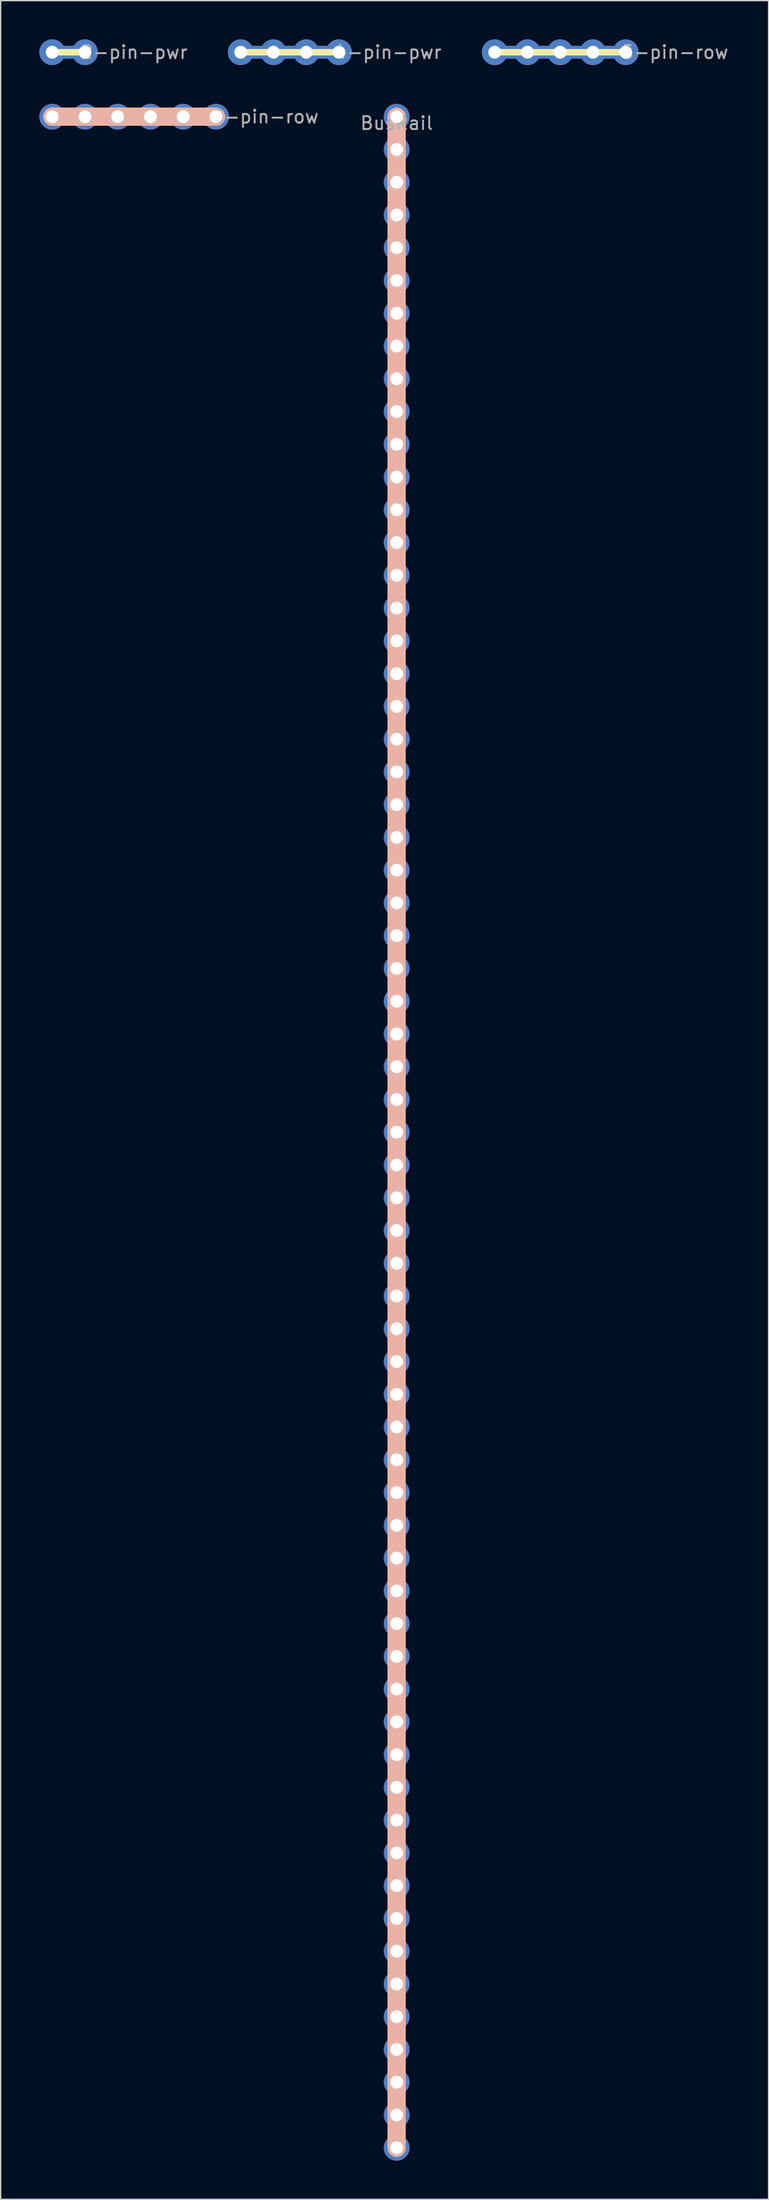
<source format=kicad_pcb>
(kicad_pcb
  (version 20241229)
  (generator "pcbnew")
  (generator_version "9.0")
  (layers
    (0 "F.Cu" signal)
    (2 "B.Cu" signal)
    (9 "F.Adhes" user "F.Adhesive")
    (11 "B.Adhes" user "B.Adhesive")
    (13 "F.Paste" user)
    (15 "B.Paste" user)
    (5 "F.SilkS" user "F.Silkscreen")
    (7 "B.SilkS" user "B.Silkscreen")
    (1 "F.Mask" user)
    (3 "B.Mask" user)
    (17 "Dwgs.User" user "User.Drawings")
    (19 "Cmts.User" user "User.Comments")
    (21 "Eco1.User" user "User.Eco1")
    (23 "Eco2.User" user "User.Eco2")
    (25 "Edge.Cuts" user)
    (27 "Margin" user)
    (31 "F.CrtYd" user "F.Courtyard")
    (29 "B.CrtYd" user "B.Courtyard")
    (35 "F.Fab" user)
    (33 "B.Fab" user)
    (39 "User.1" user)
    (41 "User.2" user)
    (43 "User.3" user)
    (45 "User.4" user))
  (footprint "BusRail"
    (layer "F.Cu")
    (at 27.712 6)
    (property "Reference" "BusRail" (at 0 0.5 0) (layer "F.Fab") (effects (font (size 1 1) (thickness 0.15))))
    (attr through_hole)
    (fp_line (start 0 0) (end 0 157.48) (stroke (width 1.4) (type solid)) (layer "F.SilkS"))
    (fp_line (start 0 0) (end 0 157.48) (stroke (width 1.4) (type solid)) (layer "B.SilkS"))
    (pad "1" thru_hole circle (at 0 0) (size 2 2) (drill 1) (layers "*.Cu" "*.Mask"))
    (pad "1" thru_hole circle (at 0 2.54) (size 2 2) (drill 1) (layers "*.Cu" "*.Mask"))
    (pad "1" thru_hole circle (at 0 5.08) (size 2 2) (drill 1) (layers "*.Cu" "*.Mask"))
    (pad "1" thru_hole circle (at 0 7.62) (size 2 2) (drill 1) (layers "*.Cu" "*.Mask"))
    (pad "1" thru_hole circle (at 0 10.16) (size 2 2) (drill 1) (layers "*.Cu" "*.Mask"))
    (pad "1" thru_hole circle (at 0 12.7) (size 2 2) (drill 1) (layers "*.Cu" "*.Mask"))
    (pad "1" thru_hole circle (at 0 15.24) (size 2 2) (drill 1) (layers "*.Cu" "*.Mask"))
    (pad "1" thru_hole circle (at 0 17.78) (size 2 2) (drill 1) (layers "*.Cu" "*.Mask"))
    (pad "1" thru_hole circle (at 0 20.32) (size 2 2) (drill 1) (layers "*.Cu" "*.Mask"))
    (pad "1" thru_hole circle (at 0 22.86) (size 2 2) (drill 1) (layers "*.Cu" "*.Mask"))
    (pad "1" thru_hole circle (at 0 25.4) (size 2 2) (drill 1) (layers "*.Cu" "*.Mask"))
    (pad "1" thru_hole circle (at 0 27.94) (size 2 2) (drill 1) (layers "*.Cu" "*.Mask"))
    (pad "1" thru_hole circle (at 0 30.48) (size 2 2) (drill 1) (layers "*.Cu" "*.Mask"))
    (pad "1" thru_hole circle (at 0 33.02) (size 2 2) (drill 1) (layers "*.Cu" "*.Mask"))
    (pad "1" thru_hole circle (at 0 35.56) (size 2 2) (drill 1) (layers "*.Cu" "*.Mask"))
    (pad "1" thru_hole circle (at 0 38.1) (size 2 2) (drill 1) (layers "*.Cu" "*.Mask"))
    (pad "1" thru_hole circle (at 0 40.64) (size 2 2) (drill 1) (layers "*.Cu" "*.Mask"))
    (pad "1" thru_hole circle (at 0 43.18) (size 2 2) (drill 1) (layers "*.Cu" "*.Mask"))
    (pad "1" thru_hole circle (at 0 45.72) (size 2 2) (drill 1) (layers "*.Cu" "*.Mask"))
    (pad "1" thru_hole circle (at 0 48.26) (size 2 2) (drill 1) (layers "*.Cu" "*.Mask"))
    (pad "1" thru_hole circle (at 0 50.8) (size 2 2) (drill 1) (layers "*.Cu" "*.Mask"))
    (pad "1" thru_hole circle (at 0 53.34) (size 2 2) (drill 1) (layers "*.Cu" "*.Mask"))
    (pad "1" thru_hole circle (at 0 55.88) (size 2 2) (drill 1) (layers "*.Cu" "*.Mask"))
    (pad "1" thru_hole circle (at 0 58.42) (size 2 2) (drill 1) (layers "*.Cu" "*.Mask"))
    (pad "1" thru_hole circle (at 0 60.96) (size 2 2) (drill 1) (layers "*.Cu" "*.Mask"))
    (pad "1" thru_hole circle (at 0 63.5) (size 2 2) (drill 1) (layers "*.Cu" "*.Mask"))
    (pad "1" thru_hole circle (at 0 66.04) (size 2 2) (drill 1) (layers "*.Cu" "*.Mask"))
    (pad "1" thru_hole circle (at 0 68.58) (size 2 2) (drill 1) (layers "*.Cu" "*.Mask"))
    (pad "1" thru_hole circle (at 0 71.12) (size 2 2) (drill 1) (layers "*.Cu" "*.Mask"))
    (pad "1" thru_hole circle (at 0 73.66) (size 2 2) (drill 1) (layers "*.Cu" "*.Mask"))
    (pad "1" thru_hole circle (at 0 76.2) (size 2 2) (drill 1) (layers "*.Cu" "*.Mask"))
    (pad "1" thru_hole circle (at 0 78.74) (size 2 2) (drill 1) (layers "*.Cu" "*.Mask"))
    (pad "1" thru_hole circle (at 0 81.28) (size 2 2) (drill 1) (layers "*.Cu" "*.Mask"))
    (pad "1" thru_hole circle (at 0 83.82) (size 2 2) (drill 1) (layers "*.Cu" "*.Mask"))
    (pad "1" thru_hole circle (at 0 86.36) (size 2 2) (drill 1) (layers "*.Cu" "*.Mask"))
    (pad "1" thru_hole circle (at 0 88.9) (size 2 2) (drill 1) (layers "*.Cu" "*.Mask"))
    (pad "1" thru_hole circle (at 0 91.44) (size 2 2) (drill 1) (layers "*.Cu" "*.Mask"))
    (pad "1" thru_hole circle (at 0 93.98) (size 2 2) (drill 1) (layers "*.Cu" "*.Mask"))
    (pad "1" thru_hole circle (at 0 96.52) (size 2 2) (drill 1) (layers "*.Cu" "*.Mask"))
    (pad "1" thru_hole circle (at 0 99.06) (size 2 2) (drill 1) (layers "*.Cu" "*.Mask"))
    (pad "1" thru_hole circle (at 0 101.6) (size 2 2) (drill 1) (layers "*.Cu" "*.Mask"))
    (pad "1" thru_hole circle (at 0 104.14) (size 2 2) (drill 1) (layers "*.Cu" "*.Mask"))
    (pad "1" thru_hole circle (at 0 106.68) (size 2 2) (drill 1) (layers "*.Cu" "*.Mask"))
    (pad "1" thru_hole circle (at 0 109.22) (size 2 2) (drill 1) (layers "*.Cu" "*.Mask"))
    (pad "1" thru_hole circle (at 0 111.76) (size 2 2) (drill 1) (layers "*.Cu" "*.Mask"))
    (pad "1" thru_hole circle (at 0 114.3) (size 2 2) (drill 1) (layers "*.Cu" "*.Mask"))
    (pad "1" thru_hole circle (at 0 116.84) (size 2 2) (drill 1) (layers "*.Cu" "*.Mask"))
    (pad "1" thru_hole circle (at 0 119.38) (size 2 2) (drill 1) (layers "*.Cu" "*.Mask"))
    (pad "1" thru_hole circle (at 0 121.92) (size 2 2) (drill 1) (layers "*.Cu" "*.Mask"))
    (pad "1" thru_hole circle (at 0 124.46) (size 2 2) (drill 1) (layers "*.Cu" "*.Mask"))
    (pad "1" thru_hole circle (at 0 127) (size 2 2) (drill 1) (layers "*.Cu" "*.Mask"))
    (pad "1" thru_hole circle (at 0 129.54) (size 2 2) (drill 1) (layers "*.Cu" "*.Mask"))
    (pad "1" thru_hole circle (at 0 132.08) (size 2 2) (drill 1) (layers "*.Cu" "*.Mask"))
    (pad "1" thru_hole circle (at 0 134.62) (size 2 2) (drill 1) (layers "*.Cu" "*.Mask"))
    (pad "1" thru_hole circle (at 0 137.16) (size 2 2) (drill 1) (layers "*.Cu" "*.Mask"))
    (pad "1" thru_hole circle (at 0 139.7) (size 2 2) (drill 1) (layers "*.Cu" "*.Mask"))
    (pad "1" thru_hole circle (at 0 142.24) (size 2 2) (drill 1) (layers "*.Cu" "*.Mask"))
    (pad "1" thru_hole circle (at 0 144.78) (size 2 2) (drill 1) (layers "*.Cu" "*.Mask"))
    (pad "1" thru_hole circle (at 0 147.32) (size 2 2) (drill 1) (layers "*.Cu" "*.Mask"))
    (pad "1" thru_hole circle (at 0 149.86) (size 2 2) (drill 1) (layers "*.Cu" "*.Mask"))
    (pad "1" thru_hole circle (at 0 152.4) (size 2 2) (drill 1) (layers "*.Cu" "*.Mask"))
    (pad "1" thru_hole circle (at 0 154.94) (size 2 2) (drill 1) (layers "*.Cu" "*.Mask"))
    (pad "1" thru_hole circle (at 0 157.48) (size 2 2) (drill 1) (layers "*.Cu" "*.Mask"))
    (pad "2" smd rect (at 0 78.74) (size 1 157.48) (layers "B.Cu")))
  (footprint "6-pin-row"
    (layer "F.Cu")
    (at 13.7 6)
    (property "Reference" "6-pin-row" (at 3.81 0 0) (layer "F.Fab") (effects (font (size 1 1) (thickness 0.15))))
    (attr through_hole)
    (fp_line (start -12.7 0) (end 0 0) (stroke (width 1.4) (type solid)) (layer "F.SilkS"))
    (fp_line (start -12.7 0) (end 0 0) (stroke (width 1.4) (type solid)) (layer "B.SilkS"))
    (pad "1" thru_hole circle (at -12.7 0) (size 2 2) (drill 1) (layers "*.Cu" "*.Mask"))
    (pad "1" thru_hole circle (at -10.16 0) (size 2 2) (drill 1) (layers "*.Cu" "*.Mask"))
    (pad "1" thru_hole circle (at -7.62 0) (size 2 2) (drill 1) (layers "*.Cu" "*.Mask"))
    (pad "1" smd rect (at -6.35 0) (size 12.7 1) (layers "B.Cu"))
    (pad "1" thru_hole circle (at -5.08 0) (size 2 2) (drill 1) (layers "*.Cu" "*.Mask"))
    (pad "1" thru_hole circle (at -2.54 0) (size 2 2) (drill 1) (layers "*.Cu" "*.Mask"))
    (pad "1" thru_hole circle (at 0 0) (size 2 2) (drill 1) (layers "*.Cu" "*.Mask")))
  (footprint "2-pin-pwr"
    (layer "F.Cu")
    (at 3.54 1)
    (property "Reference" "2-pin-pwr" (at 3.81 0 0) (layer "F.Fab") (effects (font (size 1 1) (thickness 0.15))))
    (attr through_hole)
    (fp_line (start -2.54 0) (end 0 0) (stroke (width 0.5) (type solid)) (layer "F.SilkS"))
    (pad "1" thru_hole circle (at -2.54 0) (size 2 2) (drill 1) (layers "*.Cu" "*.Mask"))
    (pad "1" smd rect (at -1.27 0) (size 2.54 1) (layers "B.Cu"))
    (pad "1" thru_hole circle (at 0 0) (size 2 2) (drill 1) (layers "*.Cu" "*.Mask")))
  (footprint "5-pin-row"
    (layer "F.Cu")
    (at 45.476 1)
    (property "Reference" "5-pin-row" (at 3.81 0 0) (layer "F.Fab") (effects (font (size 1 1) (thickness 0.15))))
    (attr through_hole)
    (fp_line (start -10.16 0) (end 0 0) (stroke (width 0.5) (type solid)) (layer "F.SilkS"))
    (pad "1" thru_hole circle (at -10.16 0) (size 2 2) (drill 1) (layers "*.Cu" "*.Mask"))
    (pad "1" thru_hole circle (at -7.62 0) (size 2 2) (drill 1) (layers "*.Cu" "*.Mask"))
    (pad "1" thru_hole circle (at -5.08 0) (size 2 2) (drill 1) (layers "*.Cu" "*.Mask"))
    (pad "1" smd rect (at -5.08 0) (size 10.16 1) (layers "B.Cu"))
    (pad "1" thru_hole circle (at -2.54 0) (size 2 2) (drill 1) (layers "*.Cu" "*.Mask"))
    (pad "1" thru_hole circle (at 0 0) (size 2 2) (drill 1) (layers "*.Cu" "*.Mask")))
  (footprint "4-pin-pwr"
    (layer "F.Cu")
    (at 23.238 1)
    (property "Reference" "4-pin-pwr" (at 3.81 0 0) (layer "F.Fab") (effects (font (size 1 1) (thickness 0.15))))
    (attr through_hole)
    (fp_line (start -7.62 0) (end 0 0) (stroke (width 0.5) (type solid)) (layer "F.SilkS"))
    (pad "1" thru_hole circle (at -7.62 0) (size 2 2) (drill 1) (layers "*.Cu" "*.Mask"))
    (pad "1" thru_hole circle (at -5.08 0) (size 2 2) (drill 1) (layers "*.Cu" "*.Mask"))
    (pad "1" smd rect (at -3.81 0) (size 7.62 1) (layers "B.Cu"))
    (pad "1" thru_hole circle (at -2.54 0) (size 2 2) (drill 1) (layers "*.Cu" "*.Mask"))
    (pad "1" thru_hole circle (at 0 0) (size 2 2) (drill 1) (layers "*.Cu" "*.Mask")))
  (gr_rect
    (start -3 -3)
    (end 56.554 167.48)
    (stroke (width 0.1) (type default))
    (fill no)
    (layer "Edge.Cuts")))
</source>
